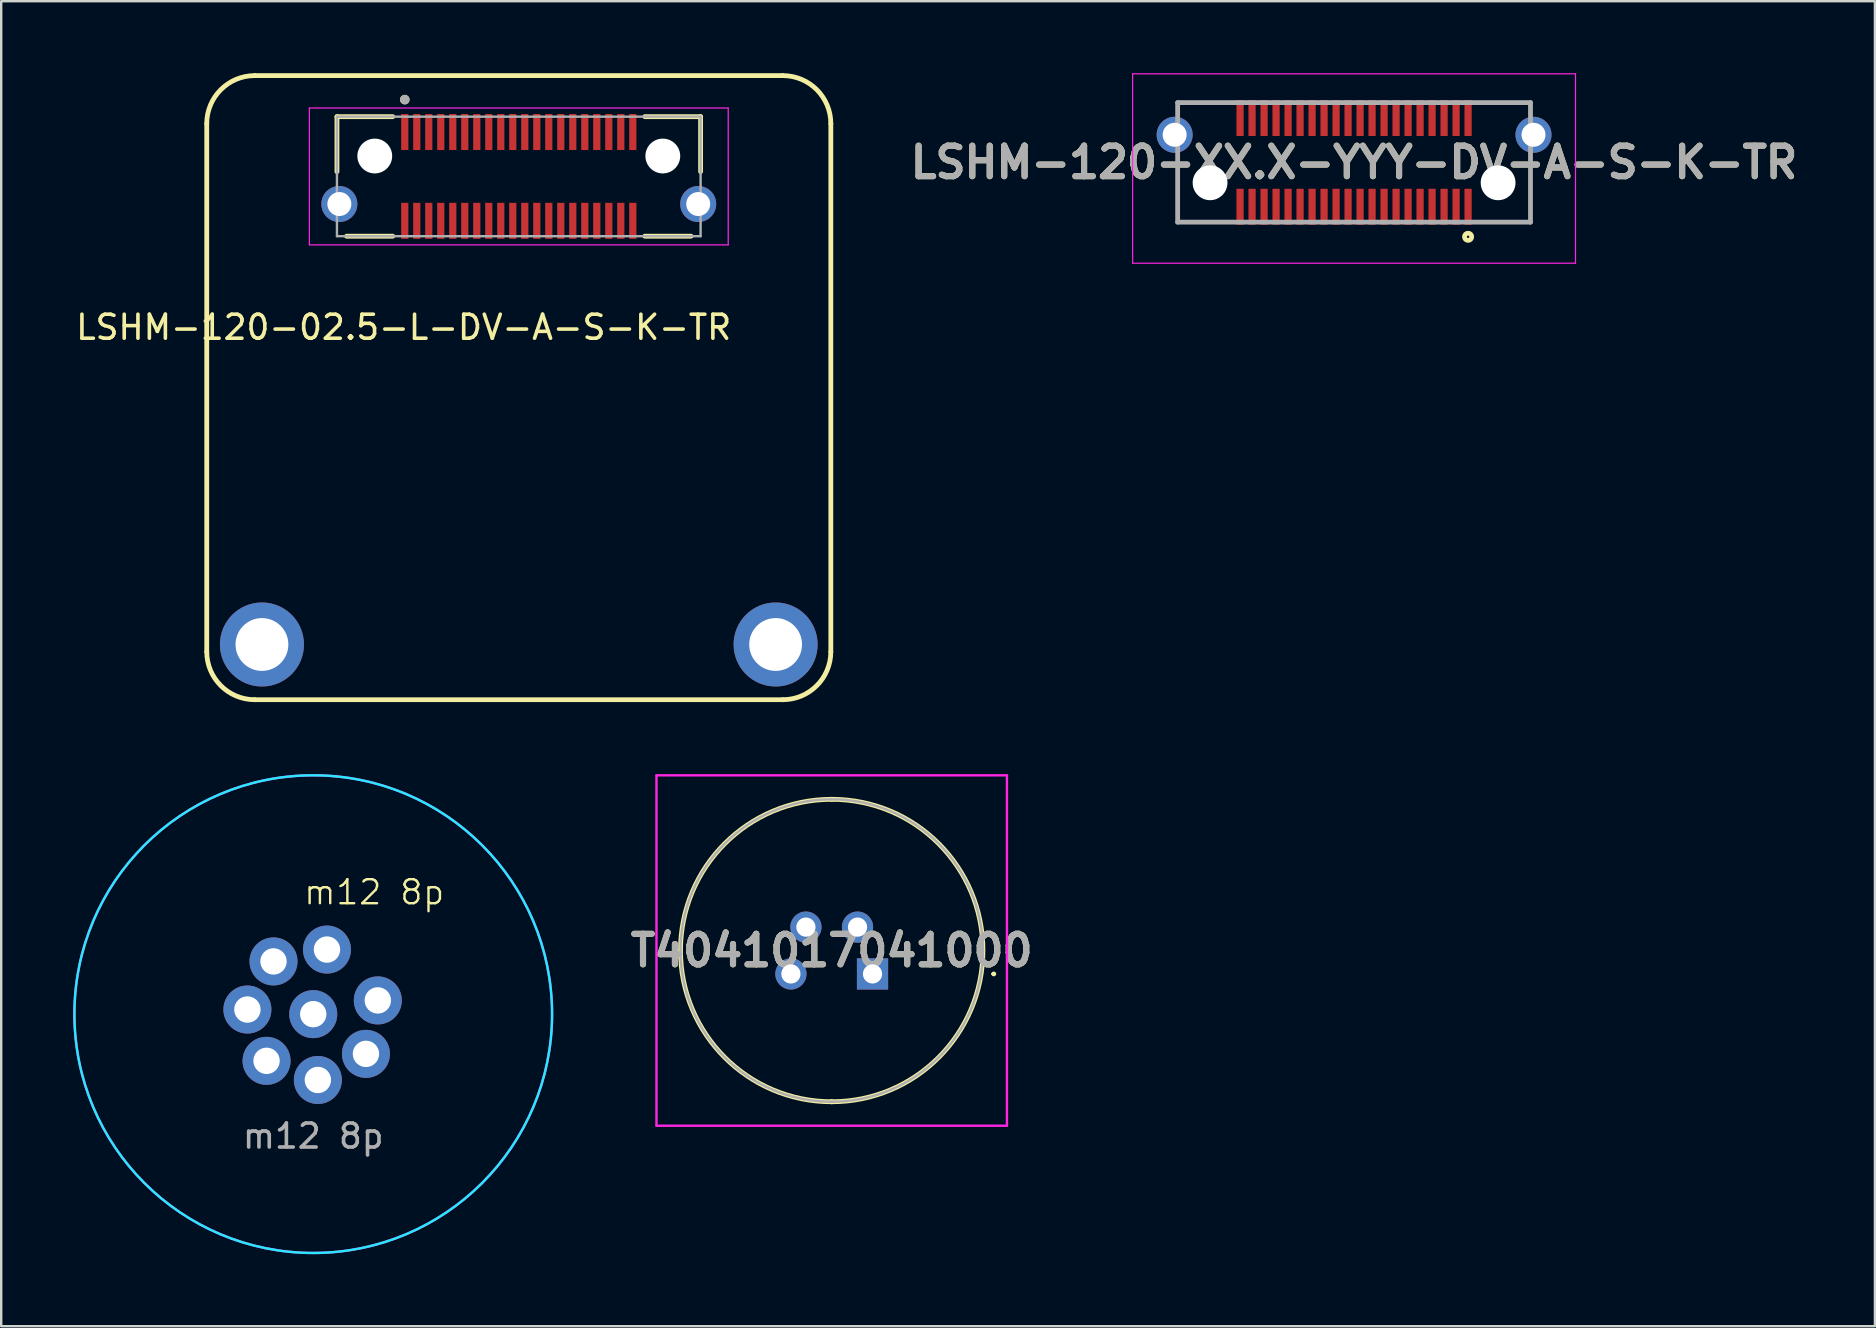
<source format=kicad_pcb>
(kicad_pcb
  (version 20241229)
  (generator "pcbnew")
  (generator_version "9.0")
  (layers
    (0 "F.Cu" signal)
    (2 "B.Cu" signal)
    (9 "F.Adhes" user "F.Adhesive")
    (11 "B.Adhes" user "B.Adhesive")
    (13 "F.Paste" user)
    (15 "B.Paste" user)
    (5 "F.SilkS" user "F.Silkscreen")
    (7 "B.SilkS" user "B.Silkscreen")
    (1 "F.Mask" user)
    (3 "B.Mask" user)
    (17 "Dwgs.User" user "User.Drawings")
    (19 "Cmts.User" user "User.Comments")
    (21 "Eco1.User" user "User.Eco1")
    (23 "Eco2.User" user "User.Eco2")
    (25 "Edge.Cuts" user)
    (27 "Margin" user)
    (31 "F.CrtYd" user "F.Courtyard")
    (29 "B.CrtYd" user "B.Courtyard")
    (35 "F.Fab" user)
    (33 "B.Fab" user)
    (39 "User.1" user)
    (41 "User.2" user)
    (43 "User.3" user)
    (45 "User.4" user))
  (footprint "T4041017041000"
    (layer "F.Cu")
    (at 33.3 37.525)
    (property "Reference" "T4041017041000" (at -1.7 -0.975 0) (layer "F.SilkS") (effects (font (size 1.27 1.27) (thickness 0.254))))
    (attr through_hole)
    (fp_line (start -1.7 -7.275) (end -1.7 -7.275) (stroke (width 0.2) (type solid)) (layer "F.SilkS"))
    (fp_line (start -1.7 5.325) (end -1.7 5.325) (stroke (width 0.2) (type solid)) (layer "F.SilkS"))
    (fp_line (start 5 0) (end 5 0) (stroke (width 0.1) (type solid)) (layer "F.SilkS"))
    (fp_line (start 5.1 0) (end 5.1 0) (stroke (width 0.1) (type solid)) (layer "F.SilkS"))
    (fp_arc (start -1.7 -7.275) (mid 4.6 -0.975) (end -1.7 5.325) (stroke (width 0.2) (type solid)) (layer "F.SilkS"))
    (fp_arc (start -1.7 5.325) (mid -8 -0.975) (end -1.7 -7.275) (stroke (width 0.2) (type solid)) (layer "F.SilkS"))
    (fp_arc (start 5 0) (mid 5.05 -0.05) (end 5.1 0) (stroke (width 0.1) (type solid)) (layer "F.SilkS"))
    (fp_arc (start 5.1 0) (mid 5.05 0.05) (end 5 0) (stroke (width 0.1) (type solid)) (layer "F.SilkS"))
    (fp_line (start -9 -8.275) (end 5.6 -8.275) (stroke (width 0.1) (type solid)) (layer "F.CrtYd"))
    (fp_line (start -9 6.325) (end -9 -8.275) (stroke (width 0.1) (type solid)) (layer "F.CrtYd"))
    (fp_line (start 5.6 -8.275) (end 5.6 6.325) (stroke (width 0.1) (type solid)) (layer "F.CrtYd"))
    (fp_line (start 5.6 6.325) (end -9 6.325) (stroke (width 0.1) (type solid)) (layer "F.CrtYd"))
    (fp_line (start -1.7 -7.275) (end -1.7 -7.275) (stroke (width 0.1) (type solid)) (layer "F.Fab"))
    (fp_line (start -1.7 5.325) (end -1.7 5.325) (stroke (width 0.1) (type solid)) (layer "F.Fab"))
    (fp_arc (start -1.7 -7.275) (mid 4.6 -0.975) (end -1.7 5.325) (stroke (width 0.1) (type solid)) (layer "F.Fab"))
    (fp_arc (start -1.7 5.325) (mid -8 -0.975) (end -1.7 -7.275) (stroke (width 0.1) (type solid)) (layer "F.Fab"))
    (fp_text user "${REFERENCE}" (at -1.7 -0.975 0) (layer "F.Fab") (effects (font (size 1.27 1.27) (thickness 0.254))))
    (pad "1" thru_hole rect (at 0 0) (size 1.3 1.3) (drill 0.8) (layers "*.Cu" "*.Mask"))
    (pad "2" thru_hole circle (at -0.625 -1.95) (size 1.3 1.3) (drill 0.8) (layers "*.Cu" "*.Mask"))
    (pad "3" thru_hole circle (at -3.4 0) (size 1.3 1.3) (drill 0.8) (layers "*.Cu" "*.Mask"))
    (pad "4" thru_hole circle (at -2.775 -1.95) (size 1.3 1.3) (drill 0.8) (layers "*.Cu" "*.Mask")))
  (footprint "LSHM-120-02.5-L-DV-A-S-K-TR"
    (layer "F.Cu")
    (at 18.563 4.3)
    (property "Reference" "LSHM-120-02.5-L-DV-A-S-K-TR" (at -4.795 6.285 0) (layer "F.SilkS") (effects (font (size 1 1) (thickness 0.15))))
    (attr smd)
    (fp_line (start -13 19.8) (end -13 -2.2) (stroke (width 0.2) (type solid)) (layer "F.SilkS"))
    (fp_line (start -11 -4.2) (end 11 -4.2) (stroke (width 0.2) (type solid)) (layer "F.SilkS"))
    (fp_line (start -7.575 -2.49) (end -7.575 -0.2) (stroke (width 0.2) (type solid)) (layer "F.SilkS"))
    (fp_line (start -7.175 2.49) (end -5.25 2.49) (stroke (width 0.2) (type solid)) (layer "F.SilkS"))
    (fp_line (start -5.25 -2.49) (end -7.575 -2.49) (stroke (width 0.2) (type solid)) (layer "F.SilkS"))
    (fp_line (start 5.25 2.49) (end 7.175 2.49) (stroke (width 0.2) (type solid)) (layer "F.SilkS"))
    (fp_line (start 7.575 -2.49) (end 5.25 -2.49) (stroke (width 0.2) (type solid)) (layer "F.SilkS"))
    (fp_line (start 7.575 -2.49) (end 7.575 -0.2) (stroke (width 0.2) (type solid)) (layer "F.SilkS"))
    (fp_line (start 11 21.8) (end -11 21.8) (stroke (width 0.2) (type solid)) (layer "F.SilkS"))
    (fp_line (start 13 -2.2) (end 13 19.8) (stroke (width 0.2) (type solid)) (layer "F.SilkS"))
    (fp_arc (start -13 -2.2) (mid -12.414214 -3.614214) (end -11 -4.2) (stroke (width 0.2) (type solid)) (layer "F.SilkS"))
    (fp_arc (start -11 21.8) (mid -12.414214 21.214214) (end -13 19.8) (stroke (width 0.2) (type solid)) (layer "F.SilkS"))
    (fp_arc (start 11 -4.2) (mid 12.414214 -3.614214) (end 13 -2.2) (stroke (width 0.2) (type solid)) (layer "F.SilkS"))
    (fp_arc (start 13 19.8) (mid 12.414214 21.214214) (end 11 21.8) (stroke (width 0.2) (type solid)) (layer "F.SilkS"))
    (fp_circle (center -4.75 -3.2) (end -4.65 -3.2) (stroke (width 0.2) (type solid)) (fill no) (layer "F.SilkS"))
    (fp_circle (center -7.475 1.15) (end -6.975 1.15) (stroke (width 1) (type solid)) (fill no) (layer "F.Paste"))
    (fp_circle (center 7.475 1.15) (end 7.975 1.15) (stroke (width 1) (type solid)) (fill no) (layer "F.Paste"))
    (fp_line (start -8.725 -2.85) (end 8.725 -2.85) (stroke (width 0.05) (type solid)) (layer "F.CrtYd"))
    (fp_line (start -8.725 2.85) (end -8.725 -2.85) (stroke (width 0.05) (type solid)) (layer "F.CrtYd"))
    (fp_line (start 8.725 -2.85) (end 8.725 2.85) (stroke (width 0.05) (type solid)) (layer "F.CrtYd"))
    (fp_line (start 8.725 2.85) (end -8.725 2.85) (stroke (width 0.05) (type solid)) (layer "F.CrtYd"))
    (fp_line (start -7.575 -2.49) (end 7.575 -2.49) (stroke (width 0.1) (type solid)) (layer "F.Fab"))
    (fp_line (start -7.575 2.49) (end -7.575 -2.49) (stroke (width 0.1) (type solid)) (layer "F.Fab"))
    (fp_line (start 7.575 -2.49) (end 7.575 2.49) (stroke (width 0.1) (type solid)) (layer "F.Fab"))
    (fp_line (start 7.575 2.49) (end -7.575 2.49) (stroke (width 0.1) (type solid)) (layer "F.Fab"))
    (fp_circle (center -4.75 -3.2) (end -4.65 -3.2) (stroke (width 0.2) (type solid)) (fill no) (layer "F.Fab"))
    (pad "" np_thru_hole circle (at -6 -0.85) (size 1.45 1.45) (drill 1.45) (layers "*.Cu" "*.Mask"))
    (pad "" np_thru_hole circle (at 6 -0.85) (size 1.45 1.45) (drill 1.45) (layers "*.Cu" "*.Mask"))
    (pad "1" smd rect (at -4.75 -1.85) (size 0.3 1.5) (layers "F.Cu" "F.Mask" "F.Paste"))
    (pad "2" smd rect (at -4.75 1.85) (size 0.3 1.5) (layers "F.Cu" "F.Mask" "F.Paste"))
    (pad "3" smd rect (at -4.25 -1.85) (size 0.3 1.5) (layers "F.Cu" "F.Mask" "F.Paste"))
    (pad "4" smd rect (at -4.25 1.85) (size 0.3 1.5) (layers "F.Cu" "F.Mask" "F.Paste"))
    (pad "5" smd rect (at -3.75 -1.85) (size 0.3 1.5) (layers "F.Cu" "F.Mask" "F.Paste"))
    (pad "6" smd rect (at -3.75 1.85) (size 0.3 1.5) (layers "F.Cu" "F.Mask" "F.Paste"))
    (pad "7" smd rect (at -3.25 -1.85) (size 0.3 1.5) (layers "F.Cu" "F.Mask" "F.Paste"))
    (pad "8" smd rect (at -3.25 1.85) (size 0.3 1.5) (layers "F.Cu" "F.Mask" "F.Paste"))
    (pad "9" smd rect (at -2.75 -1.85) (size 0.3 1.5) (layers "F.Cu" "F.Mask" "F.Paste"))
    (pad "10" smd rect (at -2.75 1.85) (size 0.3 1.5) (layers "F.Cu" "F.Mask" "F.Paste"))
    (pad "11" smd rect (at -2.25 -1.85) (size 0.3 1.5) (layers "F.Cu" "F.Mask" "F.Paste"))
    (pad "12" smd rect (at -2.25 1.85) (size 0.3 1.5) (layers "F.Cu" "F.Mask" "F.Paste"))
    (pad "13" smd rect (at -1.75 -1.85) (size 0.3 1.5) (layers "F.Cu" "F.Mask" "F.Paste"))
    (pad "14" smd rect (at -1.75 1.85) (size 0.3 1.5) (layers "F.Cu" "F.Mask" "F.Paste"))
    (pad "15" smd rect (at -1.25 -1.85) (size 0.3 1.5) (layers "F.Cu" "F.Mask" "F.Paste"))
    (pad "16" smd rect (at -1.25 1.85) (size 0.3 1.5) (layers "F.Cu" "F.Mask" "F.Paste"))
    (pad "17" smd rect (at -0.75 -1.85) (size 0.3 1.5) (layers "F.Cu" "F.Mask" "F.Paste"))
    (pad "18" smd rect (at -0.75 1.85) (size 0.3 1.5) (layers "F.Cu" "F.Mask" "F.Paste"))
    (pad "19" smd rect (at -0.25 -1.85) (size 0.3 1.5) (layers "F.Cu" "F.Mask" "F.Paste"))
    (pad "20" smd rect (at -0.25 1.85) (size 0.3 1.5) (layers "F.Cu" "F.Mask" "F.Paste"))
    (pad "21" smd rect (at 0.25 -1.85) (size 0.3 1.5) (layers "F.Cu" "F.Mask" "F.Paste"))
    (pad "22" smd rect (at 0.25 1.85) (size 0.3 1.5) (layers "F.Cu" "F.Mask" "F.Paste"))
    (pad "23" smd rect (at 0.75 -1.85) (size 0.3 1.5) (layers "F.Cu" "F.Mask" "F.Paste"))
    (pad "24" smd rect (at 0.75 1.85) (size 0.3 1.5) (layers "F.Cu" "F.Mask" "F.Paste"))
    (pad "25" smd rect (at 1.25 -1.85) (size 0.3 1.5) (layers "F.Cu" "F.Mask" "F.Paste"))
    (pad "26" smd rect (at 1.25 1.85) (size 0.3 1.5) (layers "F.Cu" "F.Mask" "F.Paste"))
    (pad "27" smd rect (at 1.75 -1.85) (size 0.3 1.5) (layers "F.Cu" "F.Mask" "F.Paste"))
    (pad "28" smd rect (at 1.75 1.85) (size 0.3 1.5) (layers "F.Cu" "F.Mask" "F.Paste"))
    (pad "29" smd rect (at 2.25 -1.85) (size 0.3 1.5) (layers "F.Cu" "F.Mask" "F.Paste"))
    (pad "30" smd rect (at 2.25 1.85) (size 0.3 1.5) (layers "F.Cu" "F.Mask" "F.Paste"))
    (pad "31" smd rect (at 2.75 -1.85) (size 0.3 1.5) (layers "F.Cu" "F.Mask" "F.Paste"))
    (pad "32" smd rect (at 2.75 1.85) (size 0.3 1.5) (layers "F.Cu" "F.Mask" "F.Paste"))
    (pad "33" smd rect (at 3.25 -1.85) (size 0.3 1.5) (layers "F.Cu" "F.Mask" "F.Paste"))
    (pad "34" smd rect (at 3.25 1.85) (size 0.3 1.5) (layers "F.Cu" "F.Mask" "F.Paste"))
    (pad "35" smd rect (at 3.75 -1.85) (size 0.3 1.5) (layers "F.Cu" "F.Mask" "F.Paste"))
    (pad "36" smd rect (at 3.75 1.85) (size 0.3 1.5) (layers "F.Cu" "F.Mask" "F.Paste"))
    (pad "37" smd rect (at 4.25 -1.85) (size 0.3 1.5) (layers "F.Cu" "F.Mask" "F.Paste"))
    (pad "38" smd rect (at 4.25 1.85) (size 0.3 1.5) (layers "F.Cu" "F.Mask" "F.Paste"))
    (pad "39" smd rect (at 4.75 -1.85) (size 0.3 1.5) (layers "F.Cu" "F.Mask" "F.Paste"))
    (pad "40" smd rect (at 4.75 1.85) (size 0.3 1.5) (layers "F.Cu" "F.Mask" "F.Paste"))
    (pad "MH1" thru_hole circle (at -10.7 19.5) (size 3.5 3.5) (drill 2.2) (layers "*.Cu" "*.Mask"))
    (pad "MH2" thru_hole circle (at 10.7 19.5) (size 3.5 3.5) (drill 2.2) (layers "*.Cu" "*.Mask"))
    (pad "S1" thru_hole circle (at 7.475 1.15) (size 1.5 1.5) (drill 1) (layers "*.Cu" "*.Mask"))
    (pad "S2" thru_hole circle (at -7.475 1.15) (size 1.5 1.5) (drill 1) (layers "*.Cu" "*.Mask")))
  (footprint "LSHM-120-XX.X-YYY-DV-A-S-K-TR"
    (layer "F.Cu")
    (at 53.362 3.715)
    (property "Reference" "LSHM-120-XX.X-YYY-DV-A-S-K-TR" (at 0 0 0) (layer "F.SilkS") (effects (font (size 1.27 1.27) (thickness 0.254))))
    (attr through_hole)
    (fp_circle (center 4.75 3.1) (end 4.75 3.15) (stroke (width 0.2) (type solid)) (fill no) (layer "F.SilkS"))
    (fp_line (start -9.225 -3.69) (end 9.225 -3.69) (stroke (width 0.05) (type solid)) (layer "F.CrtYd"))
    (fp_line (start -9.225 4.2) (end -9.225 -3.69) (stroke (width 0.05) (type solid)) (layer "F.CrtYd"))
    (fp_line (start 9.225 -3.69) (end 9.225 4.2) (stroke (width 0.05) (type solid)) (layer "F.CrtYd"))
    (fp_line (start 9.225 4.2) (end -9.225 4.2) (stroke (width 0.05) (type solid)) (layer "F.CrtYd"))
    (fp_line (start -7.35 -2.49) (end 7.35 -2.49) (stroke (width 0.2) (type solid)) (layer "F.Fab"))
    (fp_line (start -7.35 2.49) (end -7.35 -2.49) (stroke (width 0.2) (type solid)) (layer "F.Fab"))
    (fp_line (start 7.35 -2.49) (end 7.35 2.49) (stroke (width 0.2) (type solid)) (layer "F.Fab"))
    (fp_line (start 7.35 2.49) (end -7.35 2.49) (stroke (width 0.2) (type solid)) (layer "F.Fab"))
    (fp_text user "${REFERENCE}" (at 0 0 0) (layer "F.Fab") (effects (font (size 1.27 1.27) (thickness 0.254))))
    (pad "" np_thru_hole circle (at -6 0.85) (size 1.45 1.45) (drill 1.45) (layers "*.Cu" "*.Mask"))
    (pad "" np_thru_hole circle (at 6 0.85) (size 1.45 1.45) (drill 1.45) (layers "*.Cu" "*.Mask"))
    (pad "1" smd rect (at 4.75 1.85) (size 0.3 1.5) (layers "F.Cu" "F.Mask" "F.Paste"))
    (pad "2" smd rect (at 4.75 -1.85) (size 0.3 1.5) (layers "F.Cu" "F.Mask" "F.Paste"))
    (pad "3" smd rect (at 4.25 1.85) (size 0.3 1.5) (layers "F.Cu" "F.Mask" "F.Paste"))
    (pad "4" smd rect (at 4.25 -1.85) (size 0.3 1.5) (layers "F.Cu" "F.Mask" "F.Paste"))
    (pad "5" smd rect (at 3.75 1.85) (size 0.3 1.5) (layers "F.Cu" "F.Mask" "F.Paste"))
    (pad "6" smd rect (at 3.75 -1.85) (size 0.3 1.5) (layers "F.Cu" "F.Mask" "F.Paste"))
    (pad "7" smd rect (at 3.25 1.85) (size 0.3 1.5) (layers "F.Cu" "F.Mask" "F.Paste"))
    (pad "8" smd rect (at 3.25 -1.85) (size 0.3 1.5) (layers "F.Cu" "F.Mask" "F.Paste"))
    (pad "9" smd rect (at 2.75 1.85) (size 0.3 1.5) (layers "F.Cu" "F.Mask" "F.Paste"))
    (pad "10" smd rect (at 2.75 -1.85) (size 0.3 1.5) (layers "F.Cu" "F.Mask" "F.Paste"))
    (pad "11" smd rect (at 2.25 1.85) (size 0.3 1.5) (layers "F.Cu" "F.Mask" "F.Paste"))
    (pad "12" smd rect (at 2.25 -1.85) (size 0.3 1.5) (layers "F.Cu" "F.Mask" "F.Paste"))
    (pad "13" smd rect (at 1.75 1.85) (size 0.3 1.5) (layers "F.Cu" "F.Mask" "F.Paste"))
    (pad "14" smd rect (at 1.75 -1.85) (size 0.3 1.5) (layers "F.Cu" "F.Mask" "F.Paste"))
    (pad "15" smd rect (at 1.25 1.85) (size 0.3 1.5) (layers "F.Cu" "F.Mask" "F.Paste"))
    (pad "16" smd rect (at 1.25 -1.85) (size 0.3 1.5) (layers "F.Cu" "F.Mask" "F.Paste"))
    (pad "17" smd rect (at 0.75 1.85) (size 0.3 1.5) (layers "F.Cu" "F.Mask" "F.Paste"))
    (pad "18" smd rect (at 0.75 -1.85) (size 0.3 1.5) (layers "F.Cu" "F.Mask" "F.Paste"))
    (pad "19" smd rect (at 0.25 1.85) (size 0.3 1.5) (layers "F.Cu" "F.Mask" "F.Paste"))
    (pad "20" smd rect (at 0.25 -1.85) (size 0.3 1.5) (layers "F.Cu" "F.Mask" "F.Paste"))
    (pad "21" smd rect (at -0.25 1.85) (size 0.3 1.5) (layers "F.Cu" "F.Mask" "F.Paste"))
    (pad "22" smd rect (at -0.25 -1.85) (size 0.3 1.5) (layers "F.Cu" "F.Mask" "F.Paste"))
    (pad "23" smd rect (at -0.75 1.85) (size 0.3 1.5) (layers "F.Cu" "F.Mask" "F.Paste"))
    (pad "24" smd rect (at -0.75 -1.85) (size 0.3 1.5) (layers "F.Cu" "F.Mask" "F.Paste"))
    (pad "25" smd rect (at -1.25 1.85) (size 0.3 1.5) (layers "F.Cu" "F.Mask" "F.Paste"))
    (pad "26" smd rect (at -1.25 -1.85) (size 0.3 1.5) (layers "F.Cu" "F.Mask" "F.Paste"))
    (pad "27" smd rect (at -1.75 1.85) (size 0.3 1.5) (layers "F.Cu" "F.Mask" "F.Paste"))
    (pad "28" smd rect (at -1.75 -1.85) (size 0.3 1.5) (layers "F.Cu" "F.Mask" "F.Paste"))
    (pad "29" smd rect (at -2.25 1.85) (size 0.3 1.5) (layers "F.Cu" "F.Mask" "F.Paste"))
    (pad "30" smd rect (at -2.25 -1.85) (size 0.3 1.5) (layers "F.Cu" "F.Mask" "F.Paste"))
    (pad "31" smd rect (at -2.75 1.85) (size 0.3 1.5) (layers "F.Cu" "F.Mask" "F.Paste"))
    (pad "32" smd rect (at -2.75 -1.85) (size 0.3 1.5) (layers "F.Cu" "F.Mask" "F.Paste"))
    (pad "33" smd rect (at -3.25 1.85) (size 0.3 1.5) (layers "F.Cu" "F.Mask" "F.Paste"))
    (pad "34" smd rect (at -3.25 -1.85) (size 0.3 1.5) (layers "F.Cu" "F.Mask" "F.Paste"))
    (pad "35" smd rect (at -3.75 1.85) (size 0.3 1.5) (layers "F.Cu" "F.Mask" "F.Paste"))
    (pad "36" smd rect (at -3.75 -1.85) (size 0.3 1.5) (layers "F.Cu" "F.Mask" "F.Paste"))
    (pad "37" smd rect (at -4.25 1.85) (size 0.3 1.5) (layers "F.Cu" "F.Mask" "F.Paste"))
    (pad "38" smd rect (at -4.25 -1.85) (size 0.3 1.5) (layers "F.Cu" "F.Mask" "F.Paste"))
    (pad "39" smd rect (at -4.75 1.85) (size 0.3 1.5) (layers "F.Cu" "F.Mask" "F.Paste"))
    (pad "40" smd rect (at -4.75 -1.85) (size 0.3 1.5) (layers "F.Cu" "F.Mask" "F.Paste"))
    (pad "43" thru_hole circle (at 7.475 -1.15) (size 1.5 1.5) (drill 1) (layers "*.Cu" "*.Mask"))
    (pad "44" thru_hole circle (at -7.475 -1.15) (size 1.5 1.5) (drill 1) (layers "*.Cu" "*.Mask")))
  (footprint "m12 8p"
    (layer "F.Cu")
    (at 10 39.2)
    (property "Reference" "m12 8p" (at 2.54 -5.08 0) (unlocked yes) (layer "F.SilkS") (effects (font (size 1 1) (thickness 0.1))))
    (attr through_hole)
    (fp_circle (center 0 0) (end 9.95 0) (stroke (width 0.1) (type default)) (fill no) (layer "B.CrtYd"))
    (fp_circle (center 0 0) (end 9.95 0) (stroke (width 0.1) (type default)) (fill no) (layer "F.CrtYd"))
    (fp_text user "${REFERENCE}" (at 0 5.08 0) (unlocked yes) (layer "F.Fab") (effects (font (size 1 1) (thickness 0.15))))
    (pad "1" thru_hole circle (at 0.572 -2.69) (size 2 2) (drill 1.1) (layers "*.Cu" "*.Mask"))
    (pad "2" thru_hole circle (at 2.69 -0.572) (size 2 2) (drill 1.1) (layers "*.Cu" "*.Mask"))
    (pad "3" thru_hole circle (at 2.196 1.655) (size 2 2) (drill 1.1) (layers "*.Cu" "*.Mask"))
    (pad "4" thru_hole circle (at 0.192 2.743) (size 2 2) (drill 1.1) (layers "*.Cu" "*.Mask"))
    (pad "5" thru_hole circle (at -1.945 1.945) (size 2 2) (drill 1.1) (layers "*.Cu" "*.Mask"))
    (pad "6" thru_hole circle (at -2.743 -0.192) (size 2 2) (drill 1.1) (layers "*.Cu" "*.Mask"))
    (pad "7" thru_hole circle (at -1.655 -2.196) (size 2 2) (drill 1.1) (layers "*.Cu" "*.Mask"))
    (pad "8" thru_hole circle (at 0 0) (size 2 2) (drill 1.1) (layers "*.Cu" "*.Mask")))
  (gr_rect
    (start -3 -3)
    (end 75.061 52.2)
    (stroke (width 0.1) (type default))
    (fill no)
    (layer "Edge.Cuts")))
</source>
